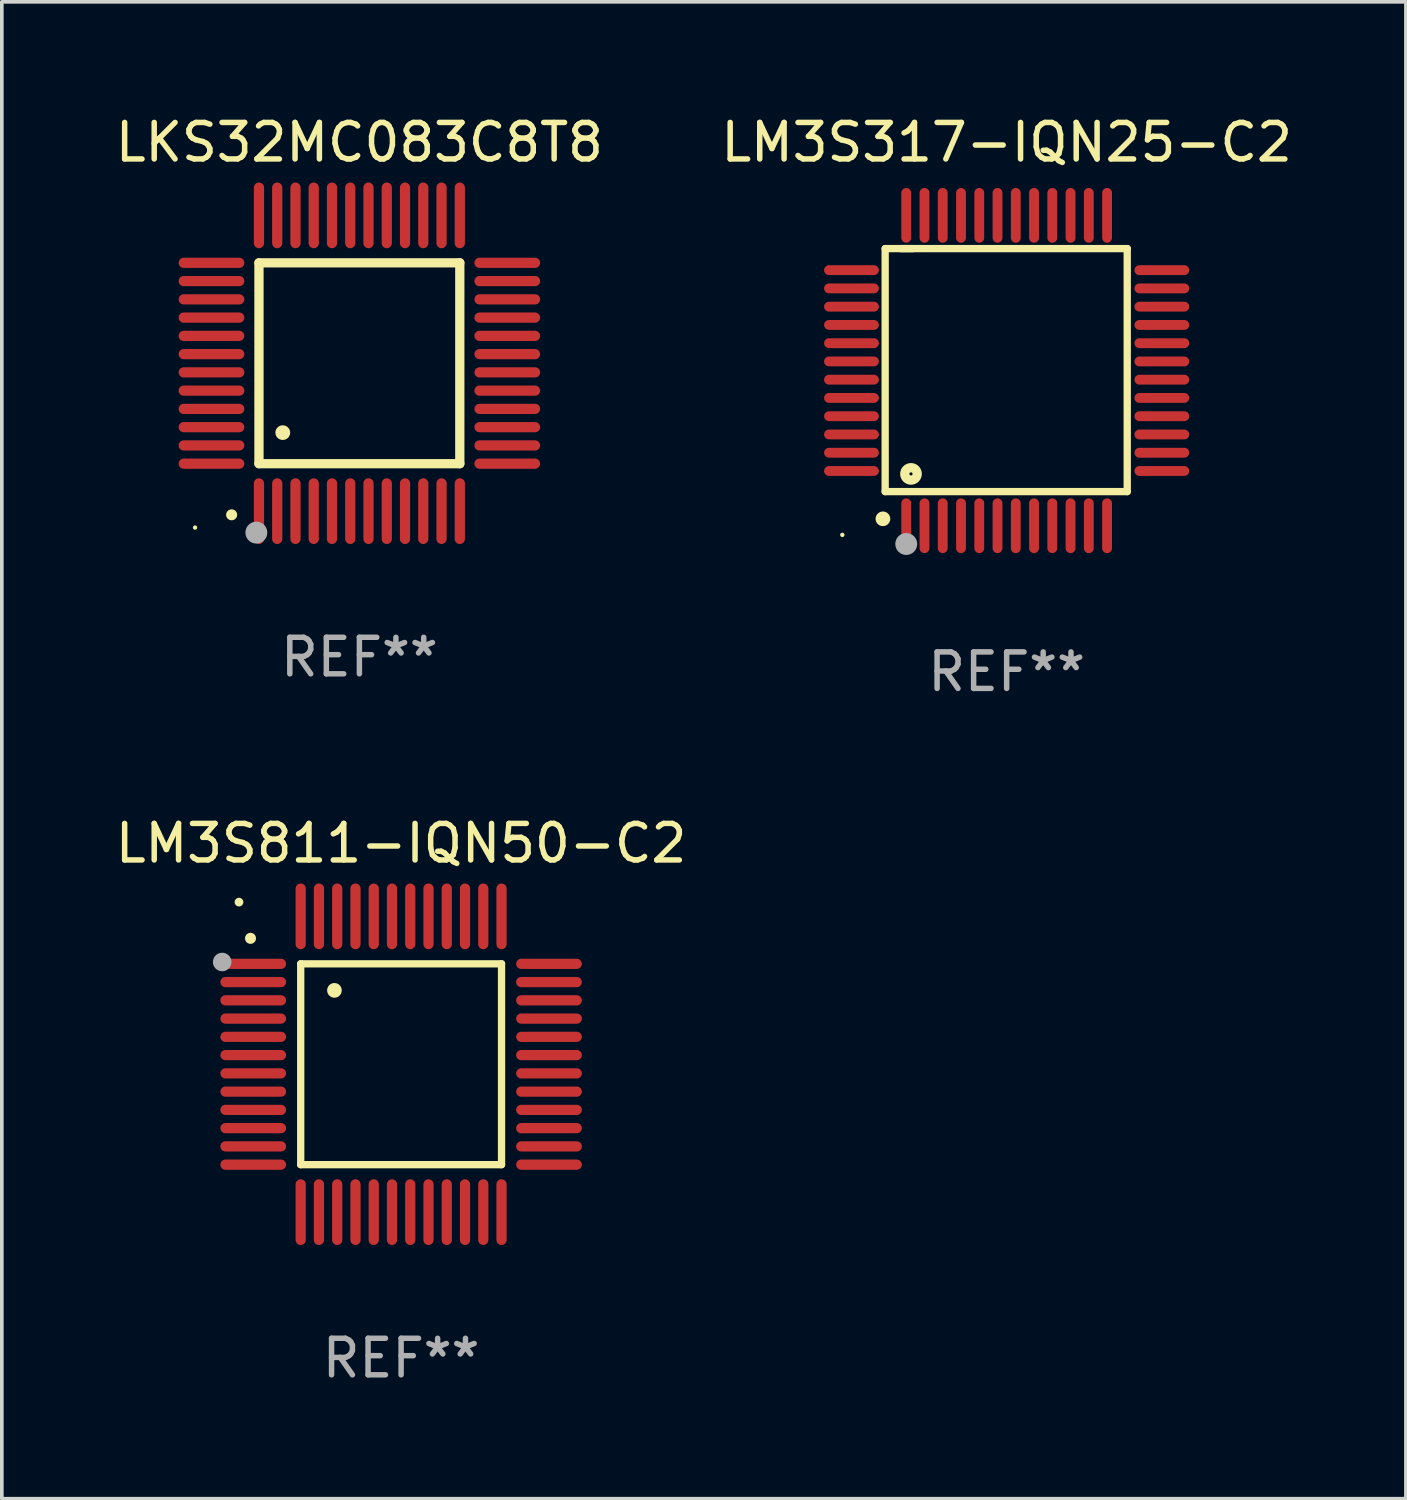
<source format=kicad_pcb>
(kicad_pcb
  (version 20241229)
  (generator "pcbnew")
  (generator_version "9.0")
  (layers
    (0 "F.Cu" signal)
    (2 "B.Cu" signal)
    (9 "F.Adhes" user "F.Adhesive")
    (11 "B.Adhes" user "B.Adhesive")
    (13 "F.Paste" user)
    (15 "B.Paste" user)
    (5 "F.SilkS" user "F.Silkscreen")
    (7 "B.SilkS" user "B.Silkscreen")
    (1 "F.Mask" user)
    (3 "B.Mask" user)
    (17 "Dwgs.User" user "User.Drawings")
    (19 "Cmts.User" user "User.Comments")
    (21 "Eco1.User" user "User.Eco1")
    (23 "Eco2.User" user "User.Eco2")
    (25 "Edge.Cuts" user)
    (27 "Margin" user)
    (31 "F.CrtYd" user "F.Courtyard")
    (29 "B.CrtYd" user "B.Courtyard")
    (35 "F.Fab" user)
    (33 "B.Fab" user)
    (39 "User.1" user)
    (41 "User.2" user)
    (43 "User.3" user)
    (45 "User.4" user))
  (footprint "LM3S317-IQN25-C2"
    (layer "F.Cu")
    (at 24.518 7.098)
    (property "Reference" "LM3S317-IQN25-C2" (at 0 -6.25 0) (layer "F.SilkS") (effects (font (size 1 1) (thickness 0.15))))
    (attr through_hole)
    (fp_line (start -3.327 -3.34) (end -2.565 -3.34) (stroke (width 0.2) (type solid)) (layer "F.SilkS"))
    (fp_line (start -3.327 3.315) (end -3.327 -3.34) (stroke (width 0.2) (type solid)) (layer "F.SilkS"))
    (fp_line (start -2.896 -3.34) (end 3.302 -3.34) (stroke (width 0.2) (type solid)) (layer "F.SilkS"))
    (fp_line (start 3.302 -3.34) (end 3.302 3.315) (stroke (width 0.2) (type solid)) (layer "F.SilkS"))
    (fp_line (start 3.302 3.315) (end -3.327 3.315) (stroke (width 0.2) (type solid)) (layer "F.SilkS"))
    (fp_arc (start -3.389992 4.059995) (mid -3.388722 4.059991) (end -3.387452 4.059995) (stroke (width 0.4) (type solid)) (layer "F.SilkS"))
    (fp_circle (center -4.5 4.5) (end -4.47 4.5) (stroke (width 0.06) (type solid)) (fill no) (layer "F.SilkS"))
    (fp_circle (center -2.62 2.83) (end -2.45 2.83) (stroke (width 0.254) (type solid)) (fill no) (layer "F.SilkS"))
    (fp_circle (center -2.75 4.75) (end -2.6 4.75) (stroke (width 0.3) (type solid)) (fill no) (layer "F.Fab"))
    (fp_text user "REF**" (at 0 8.25 0) (layer "F.Fab") (effects (font (size 1 1) (thickness 0.15))))
    (pad "1" smd oval (at -2.75 4.25) (size 0.27 1.5) (layers "F.Cu" "F.Mask" "F.Paste"))
    (pad "2" smd oval (at -2.25 4.25) (size 0.27 1.5) (layers "F.Cu" "F.Mask" "F.Paste"))
    (pad "3" smd oval (at -1.75 4.25) (size 0.27 1.5) (layers "F.Cu" "F.Mask" "F.Paste"))
    (pad "4" smd oval (at -1.25 4.25) (size 0.27 1.5) (layers "F.Cu" "F.Mask" "F.Paste"))
    (pad "5" smd oval (at -0.75 4.25) (size 0.27 1.5) (layers "F.Cu" "F.Mask" "F.Paste"))
    (pad "6" smd oval (at -0.25 4.25) (size 0.27 1.5) (layers "F.Cu" "F.Mask" "F.Paste"))
    (pad "7" smd oval (at 0.25 4.25) (size 0.27 1.5) (layers "F.Cu" "F.Mask" "F.Paste"))
    (pad "8" smd oval (at 0.75 4.25) (size 0.27 1.5) (layers "F.Cu" "F.Mask" "F.Paste"))
    (pad "9" smd oval (at 1.25 4.25) (size 0.27 1.5) (layers "F.Cu" "F.Mask" "F.Paste"))
    (pad "10" smd oval (at 1.75 4.25) (size 0.27 1.5) (layers "F.Cu" "F.Mask" "F.Paste"))
    (pad "11" smd oval (at 2.25 4.25) (size 0.27 1.5) (layers "F.Cu" "F.Mask" "F.Paste"))
    (pad "12" smd oval (at 2.75 4.25) (size 0.27 1.5) (layers "F.Cu" "F.Mask" "F.Paste"))
    (pad "13" smd oval (at 4.25 2.75) (size 1.5 0.27) (layers "F.Cu" "F.Mask" "F.Paste"))
    (pad "14" smd oval (at 4.25 2.25) (size 1.5 0.27) (layers "F.Cu" "F.Mask" "F.Paste"))
    (pad "15" smd oval (at 4.25 1.75) (size 1.5 0.27) (layers "F.Cu" "F.Mask" "F.Paste"))
    (pad "16" smd oval (at 4.25 1.25) (size 1.5 0.27) (layers "F.Cu" "F.Mask" "F.Paste"))
    (pad "17" smd oval (at 4.25 0.75) (size 1.5 0.27) (layers "F.Cu" "F.Mask" "F.Paste"))
    (pad "18" smd oval (at 4.25 0.25) (size 1.5 0.27) (layers "F.Cu" "F.Mask" "F.Paste"))
    (pad "19" smd oval (at 4.25 -0.25) (size 1.5 0.27) (layers "F.Cu" "F.Mask" "F.Paste"))
    (pad "20" smd oval (at 4.25 -0.75) (size 1.5 0.27) (layers "F.Cu" "F.Mask" "F.Paste"))
    (pad "21" smd oval (at 4.25 -1.25) (size 1.5 0.27) (layers "F.Cu" "F.Mask" "F.Paste"))
    (pad "22" smd oval (at 4.25 -1.75) (size 1.5 0.27) (layers "F.Cu" "F.Mask" "F.Paste"))
    (pad "23" smd oval (at 4.25 -2.25) (size 1.5 0.27) (layers "F.Cu" "F.Mask" "F.Paste"))
    (pad "24" smd oval (at 4.25 -2.75) (size 1.5 0.27) (layers "F.Cu" "F.Mask" "F.Paste"))
    (pad "25" smd oval (at 2.75 -4.25) (size 0.27 1.5) (layers "F.Cu" "F.Mask" "F.Paste"))
    (pad "26" smd oval (at 2.25 -4.25) (size 0.27 1.5) (layers "F.Cu" "F.Mask" "F.Paste"))
    (pad "27" smd oval (at 1.75 -4.25) (size 0.27 1.5) (layers "F.Cu" "F.Mask" "F.Paste"))
    (pad "28" smd oval (at 1.25 -4.25) (size 0.27 1.5) (layers "F.Cu" "F.Mask" "F.Paste"))
    (pad "29" smd oval (at 0.75 -4.25) (size 0.27 1.5) (layers "F.Cu" "F.Mask" "F.Paste"))
    (pad "30" smd oval (at 0.25 -4.25) (size 0.27 1.5) (layers "F.Cu" "F.Mask" "F.Paste"))
    (pad "31" smd oval (at -0.25 -4.25) (size 0.27 1.5) (layers "F.Cu" "F.Mask" "F.Paste"))
    (pad "32" smd oval (at -0.75 -4.25) (size 0.27 1.5) (layers "F.Cu" "F.Mask" "F.Paste"))
    (pad "33" smd oval (at -1.25 -4.25) (size 0.27 1.5) (layers "F.Cu" "F.Mask" "F.Paste"))
    (pad "34" smd oval (at -1.75 -4.25) (size 0.27 1.5) (layers "F.Cu" "F.Mask" "F.Paste"))
    (pad "35" smd oval (at -2.25 -4.25) (size 0.27 1.5) (layers "F.Cu" "F.Mask" "F.Paste"))
    (pad "36" smd oval (at -2.75 -4.25) (size 0.27 1.5) (layers "F.Cu" "F.Mask" "F.Paste"))
    (pad "37" smd oval (at -4.25 -2.75) (size 1.5 0.27) (layers "F.Cu" "F.Mask" "F.Paste"))
    (pad "38" smd oval (at -4.25 -2.25) (size 1.5 0.27) (layers "F.Cu" "F.Mask" "F.Paste"))
    (pad "39" smd oval (at -4.25 -1.75) (size 1.5 0.27) (layers "F.Cu" "F.Mask" "F.Paste"))
    (pad "40" smd oval (at -4.25 -1.25) (size 1.5 0.27) (layers "F.Cu" "F.Mask" "F.Paste"))
    (pad "41" smd oval (at -4.25 -0.75) (size 1.5 0.27) (layers "F.Cu" "F.Mask" "F.Paste"))
    (pad "42" smd oval (at -4.25 -0.25) (size 1.5 0.27) (layers "F.Cu" "F.Mask" "F.Paste"))
    (pad "43" smd oval (at -4.25 0.25) (size 1.5 0.27) (layers "F.Cu" "F.Mask" "F.Paste"))
    (pad "44" smd oval (at -4.25 0.75) (size 1.5 0.27) (layers "F.Cu" "F.Mask" "F.Paste"))
    (pad "45" smd oval (at -4.25 1.25) (size 1.5 0.27) (layers "F.Cu" "F.Mask" "F.Paste"))
    (pad "46" smd oval (at -4.25 1.75) (size 1.5 0.27) (layers "F.Cu" "F.Mask" "F.Paste"))
    (pad "47" smd oval (at -4.25 2.25) (size 1.5 0.27) (layers "F.Cu" "F.Mask" "F.Paste"))
    (pad "48" smd oval (at -4.25 2.75) (size 1.5 0.27) (layers "F.Cu" "F.Mask" "F.Paste")))
  (footprint "LKS32MC083C8T8"
    (layer "F.Cu")
    (at 6.792 6.898)
    (property "Reference" "LKS32MC083C8T8" (at 0 -6.05 0) (layer "F.SilkS") (effects (font (size 1 1) (thickness 0.15))))
    (attr through_hole)
    (fp_line (start -2.75 -2.75) (end 2.75 -2.75) (stroke (width 0.254) (type solid)) (layer "F.SilkS"))
    (fp_line (start -2.75 2.75) (end -2.75 -2.75) (stroke (width 0.254) (type solid)) (layer "F.SilkS"))
    (fp_line (start 2.75 -2.75) (end 2.75 2.75) (stroke (width 0.254) (type solid)) (layer "F.SilkS"))
    (fp_line (start 2.75 2.75) (end -2.75 2.75) (stroke (width 0.254) (type solid)) (layer "F.SilkS"))
    (fp_arc (start -3.500127 4.150368) (mid -3.498857 4.150363) (end -3.497587 4.150368) (stroke (width 0.3) (type solid)) (layer "F.SilkS"))
    (fp_arc (start -2.100584 1.899924) (mid -2.098044 1.899908) (end -2.095504 1.899924) (stroke (width 0.4) (type solid)) (layer "F.SilkS"))
    (fp_circle (center -4.5 4.5) (end -4.47 4.5) (stroke (width 0.06) (type solid)) (fill no) (layer "F.SilkS"))
    (fp_circle (center -2.822 4.638) (end -2.672 4.638) (stroke (width 0.3) (type solid)) (fill no) (layer "F.Fab"))
    (fp_text user "REF**" (at 0 8.05 0) (layer "F.Fab") (effects (font (size 1 1) (thickness 0.15))))
    (pad "1" smd oval (at -2.75 4.05) (size 0.28 1.8) (layers "F.Cu" "F.Mask" "F.Paste"))
    (pad "2" smd oval (at -2.25 4.05) (size 0.28 1.8) (layers "F.Cu" "F.Mask" "F.Paste"))
    (pad "3" smd oval (at -1.75 4.05) (size 0.28 1.8) (layers "F.Cu" "F.Mask" "F.Paste"))
    (pad "4" smd oval (at -1.25 4.05) (size 0.28 1.8) (layers "F.Cu" "F.Mask" "F.Paste"))
    (pad "5" smd oval (at -0.75 4.05) (size 0.28 1.8) (layers "F.Cu" "F.Mask" "F.Paste"))
    (pad "6" smd oval (at -0.25 4.05) (size 0.28 1.8) (layers "F.Cu" "F.Mask" "F.Paste"))
    (pad "7" smd oval (at 0.25 4.05) (size 0.28 1.8) (layers "F.Cu" "F.Mask" "F.Paste"))
    (pad "8" smd oval (at 0.75 4.05) (size 0.28 1.8) (layers "F.Cu" "F.Mask" "F.Paste"))
    (pad "9" smd oval (at 1.25 4.05) (size 0.28 1.8) (layers "F.Cu" "F.Mask" "F.Paste"))
    (pad "10" smd oval (at 1.75 4.05) (size 0.28 1.8) (layers "F.Cu" "F.Mask" "F.Paste"))
    (pad "11" smd oval (at 2.25 4.05) (size 0.28 1.8) (layers "F.Cu" "F.Mask" "F.Paste"))
    (pad "12" smd oval (at 2.75 4.05) (size 0.28 1.8) (layers "F.Cu" "F.Mask" "F.Paste"))
    (pad "13" smd oval (at 4.05 2.75) (size 1.8 0.28) (layers "F.Cu" "F.Mask" "F.Paste"))
    (pad "14" smd oval (at 4.05 2.25) (size 1.8 0.28) (layers "F.Cu" "F.Mask" "F.Paste"))
    (pad "15" smd oval (at 4.05 1.75) (size 1.8 0.28) (layers "F.Cu" "F.Mask" "F.Paste"))
    (pad "16" smd oval (at 4.05 1.25) (size 1.8 0.28) (layers "F.Cu" "F.Mask" "F.Paste"))
    (pad "17" smd oval (at 4.05 0.75) (size 1.8 0.28) (layers "F.Cu" "F.Mask" "F.Paste"))
    (pad "18" smd oval (at 4.05 0.25) (size 1.8 0.28) (layers "F.Cu" "F.Mask" "F.Paste"))
    (pad "19" smd oval (at 4.05 -0.25) (size 1.8 0.28) (layers "F.Cu" "F.Mask" "F.Paste"))
    (pad "20" smd oval (at 4.05 -0.75) (size 1.8 0.28) (layers "F.Cu" "F.Mask" "F.Paste"))
    (pad "21" smd oval (at 4.05 -1.25) (size 1.8 0.28) (layers "F.Cu" "F.Mask" "F.Paste"))
    (pad "22" smd oval (at 4.05 -1.75) (size 1.8 0.28) (layers "F.Cu" "F.Mask" "F.Paste"))
    (pad "23" smd oval (at 4.05 -2.25) (size 1.8 0.28) (layers "F.Cu" "F.Mask" "F.Paste"))
    (pad "24" smd oval (at 4.05 -2.75) (size 1.8 0.28) (layers "F.Cu" "F.Mask" "F.Paste"))
    (pad "25" smd oval (at 2.75 -4.05) (size 0.28 1.8) (layers "F.Cu" "F.Mask" "F.Paste"))
    (pad "26" smd oval (at 2.25 -4.05) (size 0.28 1.8) (layers "F.Cu" "F.Mask" "F.Paste"))
    (pad "27" smd oval (at 1.75 -4.05) (size 0.28 1.8) (layers "F.Cu" "F.Mask" "F.Paste"))
    (pad "28" smd oval (at 1.25 -4.05) (size 0.28 1.8) (layers "F.Cu" "F.Mask" "F.Paste"))
    (pad "29" smd oval (at 0.75 -4.05) (size 0.28 1.8) (layers "F.Cu" "F.Mask" "F.Paste"))
    (pad "30" smd oval (at 0.25 -4.05) (size 0.28 1.8) (layers "F.Cu" "F.Mask" "F.Paste"))
    (pad "31" smd oval (at -0.25 -4.05) (size 0.28 1.8) (layers "F.Cu" "F.Mask" "F.Paste"))
    (pad "32" smd oval (at -0.75 -4.05) (size 0.28 1.8) (layers "F.Cu" "F.Mask" "F.Paste"))
    (pad "33" smd oval (at -1.25 -4.05) (size 0.28 1.8) (layers "F.Cu" "F.Mask" "F.Paste"))
    (pad "34" smd oval (at -1.75 -4.05) (size 0.28 1.8) (layers "F.Cu" "F.Mask" "F.Paste"))
    (pad "35" smd oval (at -2.25 -4.05) (size 0.28 1.8) (layers "F.Cu" "F.Mask" "F.Paste"))
    (pad "36" smd oval (at -2.75 -4.05) (size 0.28 1.8) (layers "F.Cu" "F.Mask" "F.Paste"))
    (pad "37" smd oval (at -4.05 -2.75) (size 1.8 0.28) (layers "F.Cu" "F.Mask" "F.Paste"))
    (pad "38" smd oval (at -4.05 -2.25) (size 1.8 0.28) (layers "F.Cu" "F.Mask" "F.Paste"))
    (pad "39" smd oval (at -4.05 -1.75) (size 1.8 0.28) (layers "F.Cu" "F.Mask" "F.Paste"))
    (pad "40" smd oval (at -4.05 -1.25) (size 1.8 0.28) (layers "F.Cu" "F.Mask" "F.Paste"))
    (pad "41" smd oval (at -4.05 -0.75) (size 1.8 0.28) (layers "F.Cu" "F.Mask" "F.Paste"))
    (pad "42" smd oval (at -4.05 -0.25) (size 1.8 0.28) (layers "F.Cu" "F.Mask" "F.Paste"))
    (pad "43" smd oval (at -4.05 0.25) (size 1.8 0.28) (layers "F.Cu" "F.Mask" "F.Paste"))
    (pad "44" smd oval (at -4.05 0.75) (size 1.8 0.28) (layers "F.Cu" "F.Mask" "F.Paste"))
    (pad "45" smd oval (at -4.05 1.25) (size 1.8 0.28) (layers "F.Cu" "F.Mask" "F.Paste"))
    (pad "46" smd oval (at -4.05 1.75) (size 1.8 0.28) (layers "F.Cu" "F.Mask" "F.Paste"))
    (pad "47" smd oval (at -4.05 2.25) (size 1.8 0.28) (layers "F.Cu" "F.Mask" "F.Paste"))
    (pad "48" smd oval (at -4.05 2.75) (size 1.8 0.28) (layers "F.Cu" "F.Mask" "F.Paste")))
  (footprint "LM3S811-IQN50-C2"
    (layer "F.Cu")
    (at 7.935 26.095)
    (property "Reference" "LM3S811-IQN50-C2" (at 0 -6.05 0) (layer "F.SilkS") (effects (font (size 1 1) (thickness 0.15))))
    (attr through_hole)
    (fp_line (start -2.75 -2.75) (end 2.75 -2.75) (stroke (width 0.2) (type solid)) (layer "F.SilkS"))
    (fp_line (start -2.75 2.75) (end -2.75 -2.75) (stroke (width 0.2) (type solid)) (layer "F.SilkS"))
    (fp_line (start 2.75 -2.75) (end 2.75 2.75) (stroke (width 0.2) (type solid)) (layer "F.SilkS"))
    (fp_line (start 2.75 2.75) (end -2.75 2.75) (stroke (width 0.2) (type solid)) (layer "F.SilkS"))
    (fp_arc (start -4.124968 -3.446787) (mid -4.124973 -3.448057) (end -4.124968 -3.449327) (stroke (width 0.3) (type solid)) (layer "F.SilkS"))
    (fp_arc (start -1.826264 -2.021844) (mid -1.826268 -2.023114) (end -1.826264 -2.024384) (stroke (width 0.4) (type solid)) (layer "F.SilkS"))
    (fp_circle (center -4.44 -4.44) (end -4.38 -4.44) (stroke (width 0.12) (type solid)) (fill no) (layer "F.SilkS"))
    (fp_circle (center -4.9 -2.8) (end -4.773 -2.8) (stroke (width 0.254) (type solid)) (fill no) (layer "F.Fab"))
    (fp_text user "REF**" (at 0 8.05 0) (layer "F.Fab") (effects (font (size 1 1) (thickness 0.15))))
    (pad "1" smd oval (at -4.05 -2.75 90) (size 0.28 1.8) (layers "F.Cu" "F.Mask" "F.Paste"))
    (pad "2" smd oval (at -4.05 -2.25 90) (size 0.28 1.8) (layers "F.Cu" "F.Mask" "F.Paste"))
    (pad "3" smd oval (at -4.05 -1.75 90) (size 0.28 1.8) (layers "F.Cu" "F.Mask" "F.Paste"))
    (pad "4" smd oval (at -4.05 -1.25 90) (size 0.28 1.8) (layers "F.Cu" "F.Mask" "F.Paste"))
    (pad "5" smd oval (at -4.05 -0.75 90) (size 0.28 1.8) (layers "F.Cu" "F.Mask" "F.Paste"))
    (pad "6" smd oval (at -4.05 -0.25 90) (size 0.28 1.8) (layers "F.Cu" "F.Mask" "F.Paste"))
    (pad "7" smd oval (at -4.05 0.25 90) (size 0.28 1.8) (layers "F.Cu" "F.Mask" "F.Paste"))
    (pad "8" smd oval (at -4.05 0.75 90) (size 0.28 1.8) (layers "F.Cu" "F.Mask" "F.Paste"))
    (pad "9" smd oval (at -4.05 1.25 90) (size 0.28 1.8) (layers "F.Cu" "F.Mask" "F.Paste"))
    (pad "10" smd oval (at -4.05 1.75 90) (size 0.28 1.8) (layers "F.Cu" "F.Mask" "F.Paste"))
    (pad "11" smd oval (at -4.05 2.25 90) (size 0.28 1.8) (layers "F.Cu" "F.Mask" "F.Paste"))
    (pad "12" smd oval (at -4.05 2.75 90) (size 0.28 1.8) (layers "F.Cu" "F.Mask" "F.Paste"))
    (pad "13" smd oval (at -2.75 4.05) (size 0.28 1.8) (layers "F.Cu" "F.Mask" "F.Paste"))
    (pad "14" smd oval (at -2.25 4.05) (size 0.28 1.8) (layers "F.Cu" "F.Mask" "F.Paste"))
    (pad "15" smd oval (at -1.75 4.05) (size 0.28 1.8) (layers "F.Cu" "F.Mask" "F.Paste"))
    (pad "16" smd oval (at -1.25 4.05) (size 0.28 1.8) (layers "F.Cu" "F.Mask" "F.Paste"))
    (pad "17" smd oval (at -0.75 4.05) (size 0.28 1.8) (layers "F.Cu" "F.Mask" "F.Paste"))
    (pad "18" smd oval (at -0.25 4.05) (size 0.28 1.8) (layers "F.Cu" "F.Mask" "F.Paste"))
    (pad "19" smd oval (at 0.25 4.05) (size 0.28 1.8) (layers "F.Cu" "F.Mask" "F.Paste"))
    (pad "20" smd oval (at 0.75 4.05) (size 0.28 1.8) (layers "F.Cu" "F.Mask" "F.Paste"))
    (pad "21" smd oval (at 1.25 4.05) (size 0.28 1.8) (layers "F.Cu" "F.Mask" "F.Paste"))
    (pad "22" smd oval (at 1.75 4.05) (size 0.28 1.8) (layers "F.Cu" "F.Mask" "F.Paste"))
    (pad "23" smd oval (at 2.25 4.05) (size 0.28 1.8) (layers "F.Cu" "F.Mask" "F.Paste"))
    (pad "24" smd oval (at 2.75 4.05) (size 0.28 1.8) (layers "F.Cu" "F.Mask" "F.Paste"))
    (pad "25" smd oval (at 4.05 2.75 90) (size 0.28 1.8) (layers "F.Cu" "F.Mask" "F.Paste"))
    (pad "26" smd oval (at 4.05 2.25 90) (size 0.28 1.8) (layers "F.Cu" "F.Mask" "F.Paste"))
    (pad "27" smd oval (at 4.05 1.75 90) (size 0.28 1.8) (layers "F.Cu" "F.Mask" "F.Paste"))
    (pad "28" smd oval (at 4.05 1.25 90) (size 0.28 1.8) (layers "F.Cu" "F.Mask" "F.Paste"))
    (pad "29" smd oval (at 4.05 0.75 90) (size 0.28 1.8) (layers "F.Cu" "F.Mask" "F.Paste"))
    (pad "30" smd oval (at 4.05 0.25 90) (size 0.28 1.8) (layers "F.Cu" "F.Mask" "F.Paste"))
    (pad "31" smd oval (at 4.05 -0.25 90) (size 0.28 1.8) (layers "F.Cu" "F.Mask" "F.Paste"))
    (pad "32" smd oval (at 4.05 -0.75 90) (size 0.28 1.8) (layers "F.Cu" "F.Mask" "F.Paste"))
    (pad "33" smd oval (at 4.05 -1.25 90) (size 0.28 1.8) (layers "F.Cu" "F.Mask" "F.Paste"))
    (pad "34" smd oval (at 4.05 -1.75 90) (size 0.28 1.8) (layers "F.Cu" "F.Mask" "F.Paste"))
    (pad "35" smd oval (at 4.05 -2.25 90) (size 0.28 1.8) (layers "F.Cu" "F.Mask" "F.Paste"))
    (pad "36" smd oval (at 4.05 -2.75 90) (size 0.28 1.8) (layers "F.Cu" "F.Mask" "F.Paste"))
    (pad "37" smd oval (at 2.75 -4.05) (size 0.28 1.8) (layers "F.Cu" "F.Mask" "F.Paste"))
    (pad "38" smd oval (at 2.25 -4.05) (size 0.28 1.8) (layers "F.Cu" "F.Mask" "F.Paste"))
    (pad "39" smd oval (at 1.75 -4.05) (size 0.28 1.8) (layers "F.Cu" "F.Mask" "F.Paste"))
    (pad "40" smd oval (at 1.25 -4.05) (size 0.28 1.8) (layers "F.Cu" "F.Mask" "F.Paste"))
    (pad "41" smd oval (at 0.75 -4.05) (size 0.28 1.8) (layers "F.Cu" "F.Mask" "F.Paste"))
    (pad "42" smd oval (at 0.25 -4.05) (size 0.28 1.8) (layers "F.Cu" "F.Mask" "F.Paste"))
    (pad "43" smd oval (at -0.25 -4.05) (size 0.28 1.8) (layers "F.Cu" "F.Mask" "F.Paste"))
    (pad "44" smd oval (at -0.75 -4.05) (size 0.28 1.8) (layers "F.Cu" "F.Mask" "F.Paste"))
    (pad "45" smd oval (at -1.25 -4.05) (size 0.28 1.8) (layers "F.Cu" "F.Mask" "F.Paste"))
    (pad "46" smd oval (at -1.75 -4.05) (size 0.28 1.8) (layers "F.Cu" "F.Mask" "F.Paste"))
    (pad "47" smd oval (at -2.25 -4.05) (size 0.28 1.8) (layers "F.Cu" "F.Mask" "F.Paste"))
    (pad "48" smd oval (at -2.75 -4.05) (size 0.28 1.8) (layers "F.Cu" "F.Mask" "F.Paste")))
  (gr_rect
    (start -3 -3)
    (end 35.452 37.993)
    (stroke (width 0.1) (type default))
    (fill no)
    (layer "Edge.Cuts")))
</source>
